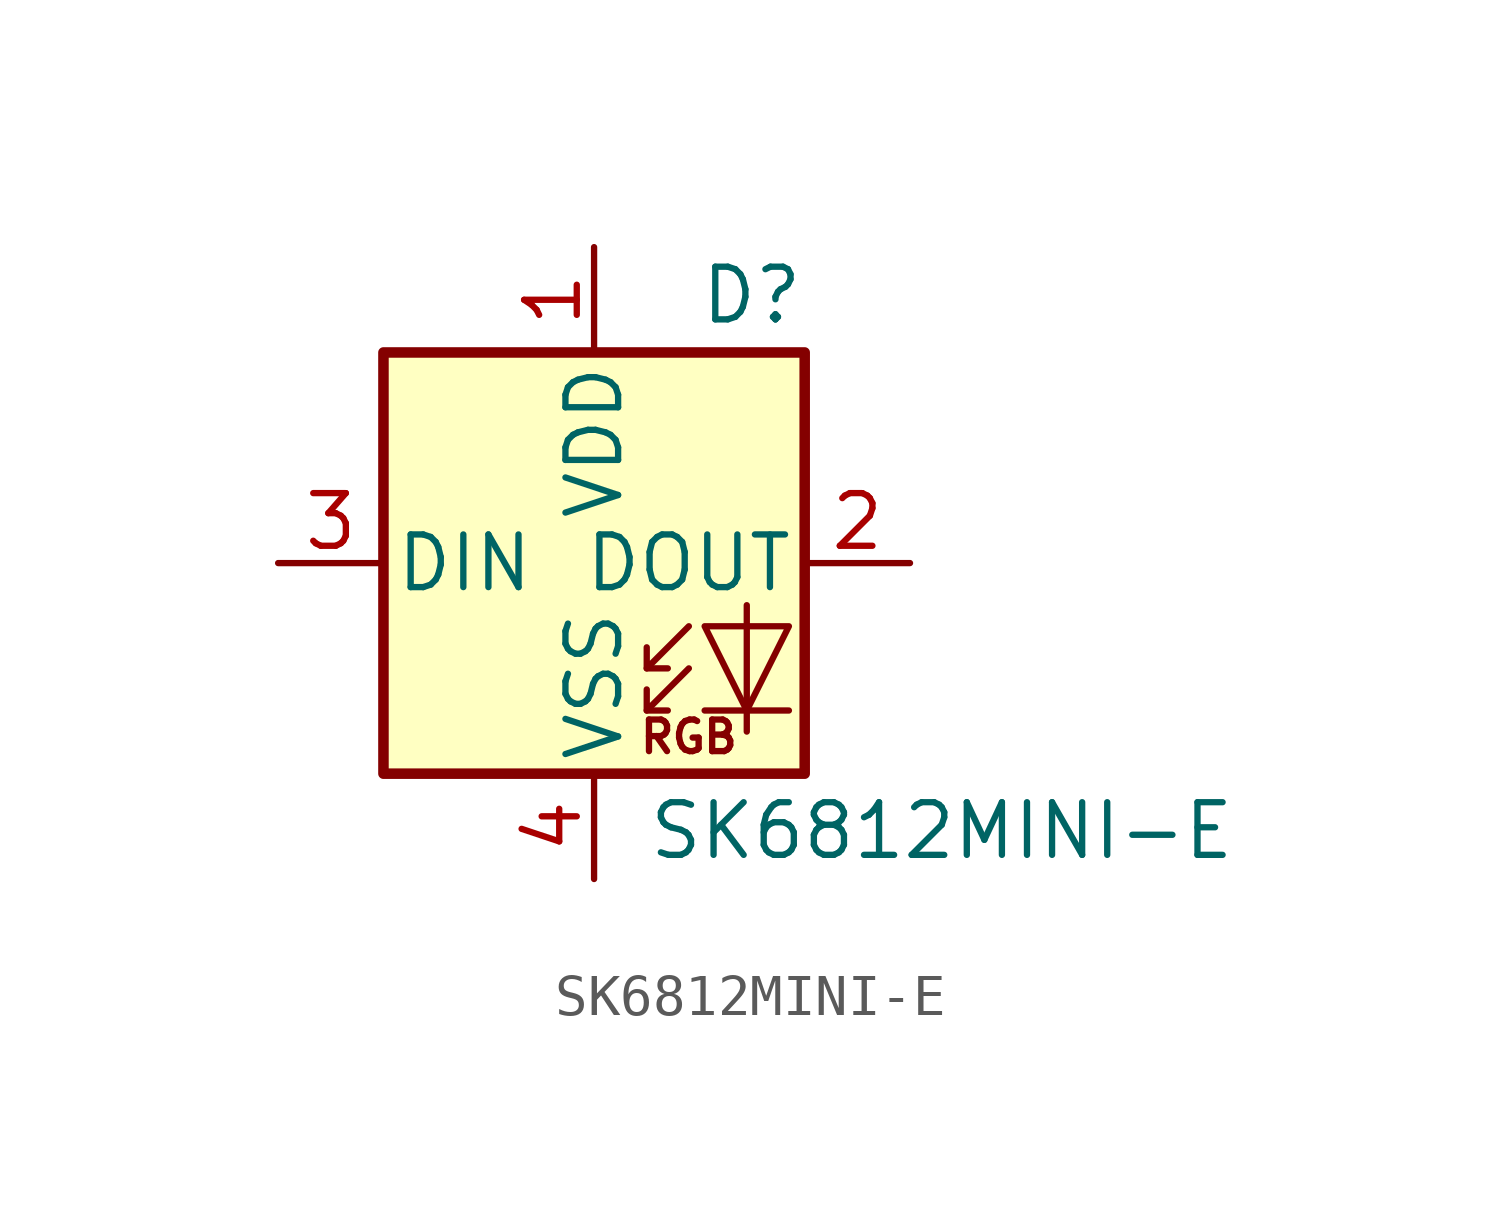
<source format=kicad_sym>
(kicad_symbol_lib
  (version 20211014)
  (generator kicad_symbol_editor)
  (symbol "SK6812MINI-E"
    (pin_names
      (offset 0.254))
    (property "Reference" "D"
      (at 5.08 5.715 0)
      (effects (font (size 1.27 1.27)) (justify right bottom)))
    (property "Value" "SK6812MINI-E"
      (at 1.27 -5.715 0)
      (effects (font (size 1.27 1.27)) (justify left top)))
    (symbol "SK6812MINI-E_0_0"
      (text "RGB" (at 2.286 -4.191 0) (effects (font (size 0.762 0.762)))))
    (symbol "SK6812MINI-E_0_1"
      (polyline (pts (xy 1.27 -3.556) (xy 1.778 -3.556)) (stroke (width 0) (type default) (color 0 0 0 0)) (fill (type none)))
      (polyline (pts (xy 1.27 -2.54) (xy 1.778 -2.54)) (stroke (width 0) (type default) (color 0 0 0 0)) (fill (type none)))
      (polyline (pts (xy 4.699 -3.556) (xy 2.667 -3.556)) (stroke (width 0) (type default) (color 0 0 0 0)) (fill (type none)))
      (polyline (pts (xy 2.286 -2.54) (xy 1.27 -3.556) (xy 1.27 -3.048)) (stroke (width 0) (type default) (color 0 0 0 0)) (fill (type none)))
      (polyline (pts (xy 2.286 -1.524) (xy 1.27 -2.54) (xy 1.27 -2.032)) (stroke (width 0) (type default) (color 0 0 0 0)) (fill (type none)))
      (polyline (pts (xy 3.683 -1.016) (xy 3.683 -3.556) (xy 3.683 -4.064)) (stroke (width 0) (type default) (color 0 0 0 0)) (fill (type none)))
      (polyline (pts (xy 4.699 -1.524) (xy 2.667 -1.524) (xy 3.683 -3.556) (xy 4.699 -1.524)) (stroke (width 0) (type default) (color 0 0 0 0)) (fill (type none)))
      (rectangle (start 5.08 5.08) (end -5.08 -5.08) (stroke (width 0.254) (type default) (color 0 0 0 0)) (fill (type background))))
    (symbol "SK6812MINI-E_1_1"
      (pin power_in line (at 0 7.62 270) (length 2.54) (name "VDD" (effects (font (size 1.27 1.27)))) (number "1" (effects (font (size 1.27 1.27)))))
      (pin output line (at 7.62 0 180) (length 2.54) (name "DOUT" (effects (font (size 1.27 1.27)))) (number "2" (effects (font (size 1.27 1.27)))))
      (pin input line (at -7.62 0 0) (length 2.54) (name "DIN" (effects (font (size 1.27 1.27)))) (number "3" (effects (font (size 1.27 1.27)))))
      (pin power_in line (at 0 -7.62 90) (length 2.54) (name "VSS" (effects (font (size 1.27 1.27)))) (number "4" (effects (font (size 1.27 1.27))))))))
</source>
